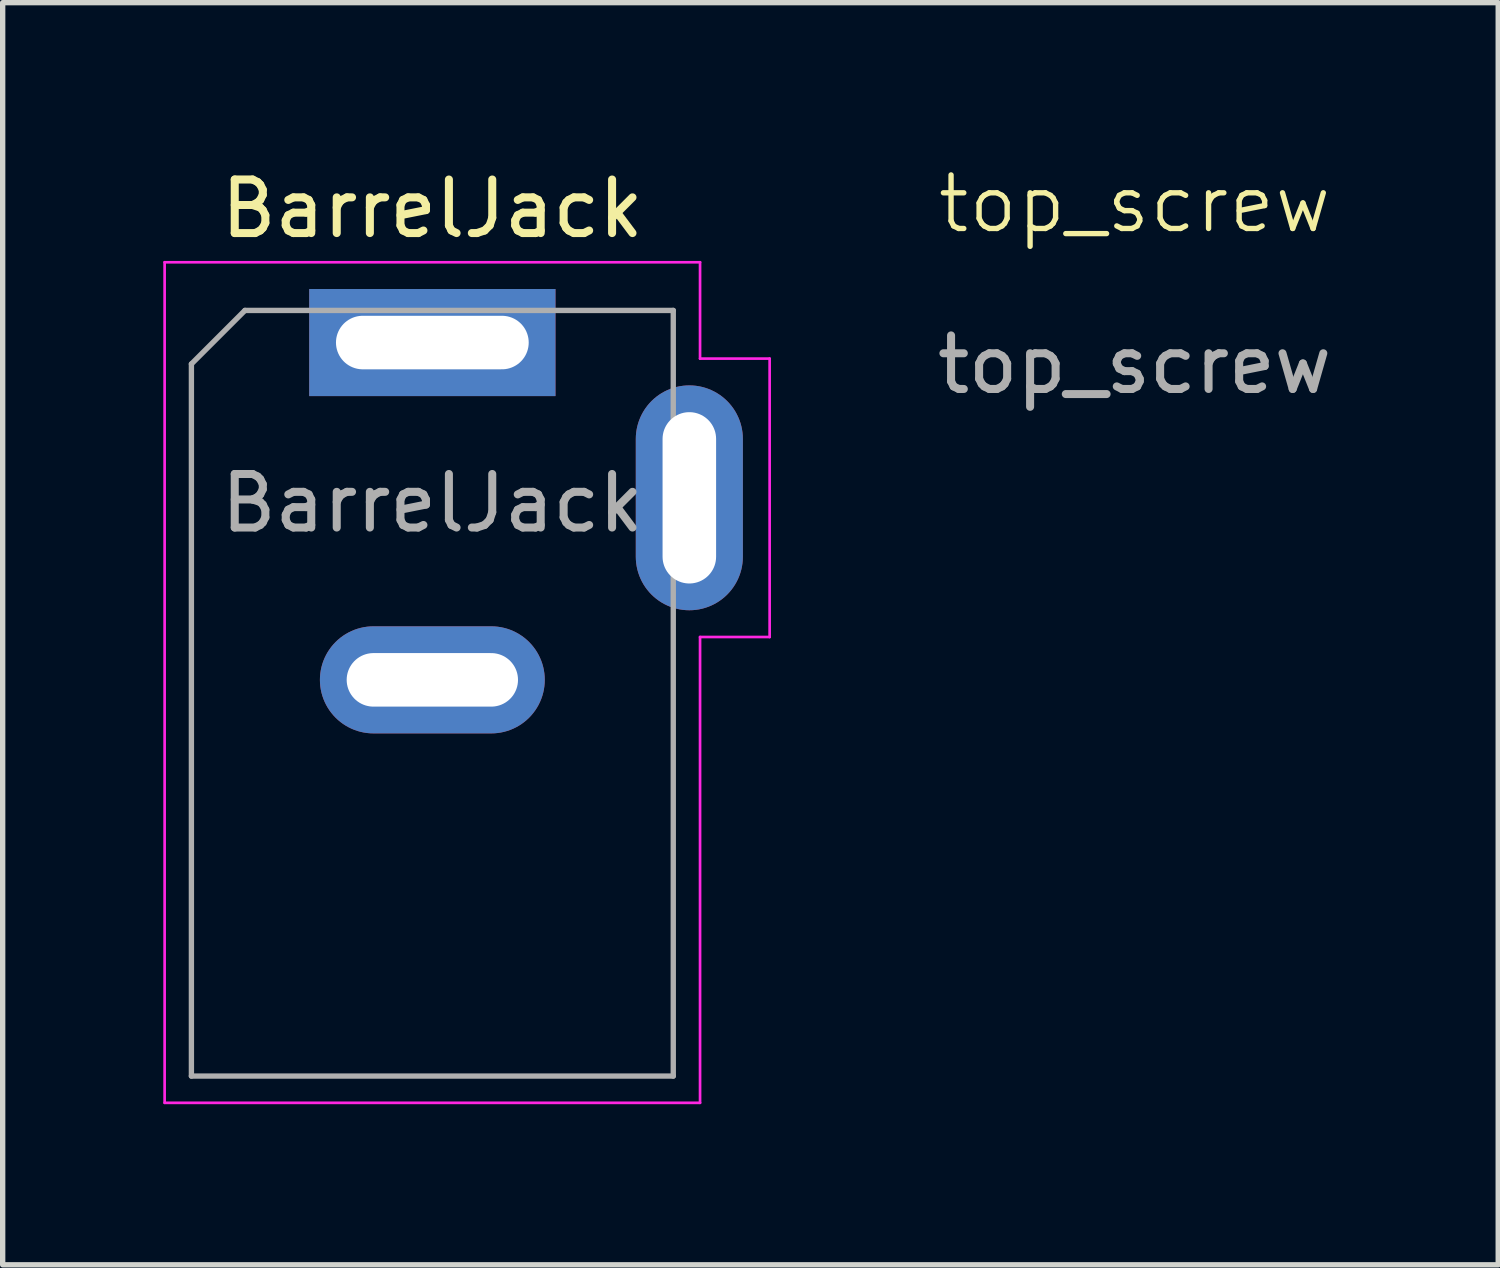
<source format=kicad_pcb>
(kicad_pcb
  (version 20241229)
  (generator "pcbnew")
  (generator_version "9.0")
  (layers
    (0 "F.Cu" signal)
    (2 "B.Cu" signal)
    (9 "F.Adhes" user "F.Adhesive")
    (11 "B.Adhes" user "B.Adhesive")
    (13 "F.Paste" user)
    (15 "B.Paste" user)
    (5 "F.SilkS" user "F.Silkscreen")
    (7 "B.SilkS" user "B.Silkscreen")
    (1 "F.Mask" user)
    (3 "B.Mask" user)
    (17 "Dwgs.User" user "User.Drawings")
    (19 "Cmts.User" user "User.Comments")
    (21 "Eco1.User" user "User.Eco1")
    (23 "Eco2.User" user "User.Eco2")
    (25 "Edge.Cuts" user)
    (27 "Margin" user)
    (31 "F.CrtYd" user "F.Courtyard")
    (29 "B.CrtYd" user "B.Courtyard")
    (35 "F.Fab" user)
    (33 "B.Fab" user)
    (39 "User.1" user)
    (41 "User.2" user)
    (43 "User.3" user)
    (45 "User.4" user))
  (footprint "BarrelJack"
    (layer "F.Cu")
    (at 5.025 3.348)
    (property "Reference" "BarrelJack" (at 0 -2.5 0) (layer "F.SilkS") (effects (font (size 1 1) (thickness 0.15))))
    (attr through_hole)
    (fp_line (start -5 -1.5) (end -5 14.2) (stroke (width 0.05) (type solid)) (layer "F.CrtYd"))
    (fp_line (start -5 14.2) (end 5 14.2) (stroke (width 0.05) (type solid)) (layer "F.CrtYd"))
    (fp_line (start 5 -1.5) (end -5 -1.5) (stroke (width 0.05) (type solid)) (layer "F.CrtYd"))
    (fp_line (start 5 0.3) (end 5 -1.5) (stroke (width 0.05) (type solid)) (layer "F.CrtYd"))
    (fp_line (start 5 14.2) (end 5 5.5) (stroke (width 0.05) (type solid)) (layer "F.CrtYd"))
    (fp_line (start 6.3 0.3) (end 5 0.3) (stroke (width 0.05) (type solid)) (layer "F.CrtYd"))
    (fp_line (start 6.3 0.3) (end 6.3 5.5) (stroke (width 0.05) (type solid)) (layer "F.CrtYd"))
    (fp_line (start 6.3 5.5) (end 5 5.5) (stroke (width 0.05) (type solid)) (layer "F.CrtYd"))
    (fp_line (start -4.5 0.4) (end -3.5 -0.6) (stroke (width 0.1) (type solid)) (layer "F.Fab"))
    (fp_line (start -4.5 13.7) (end -4.5 0.4) (stroke (width 0.1) (type solid)) (layer "F.Fab"))
    (fp_line (start 4.5 -0.6) (end -3.5 -0.6) (stroke (width 0.1) (type solid)) (layer "F.Fab"))
    (fp_line (start 4.5 -0.6) (end 4.5 13.7) (stroke (width 0.1) (type solid)) (layer "F.Fab"))
    (fp_line (start 4.5 13.7) (end -4.5 13.7) (stroke (width 0.1) (type solid)) (layer "F.Fab"))
    (fp_text user "${REFERENCE}" (at 0 3 0) (layer "F.Fab") (effects (font (size 1 1) (thickness 0.15))))
    (pad "1" thru_hole rect (at 0 0) (size 4.6 2) (drill oval 3.6 1) (layers "*.Cu" "*.Mask"))
    (pad "2" thru_hole oval (at 0 6.3) (size 4.2 2) (drill oval 3.2 1) (layers "*.Cu" "*.Mask"))
    (pad "3" thru_hole oval (at 4.8 2.9) (size 2 4.2) (drill oval 1 3.2) (layers "*.Cu" "*.Mask")))
  (footprint "top_screw"
    (layer "F.Cu")
    (at 18.142 1.26)
    (property "Reference" "top_screw" (at 0 -0.5 0) (unlocked yes) (layer "F.SilkS") (effects (font (size 1 1) (thickness 0.1))))
    (attr through_hole)
    (fp_text user "${REFERENCE}" (at 0 2.5 0) (unlocked yes) (layer "F.Fab") (effects (font (size 1 1) (thickness 0.15)))))
  (gr_rect
    (start -3 -3)
    (end 24.933 20.573)
    (stroke (width 0.1) (type default))
    (fill no)
    (layer "Edge.Cuts")))
</source>
